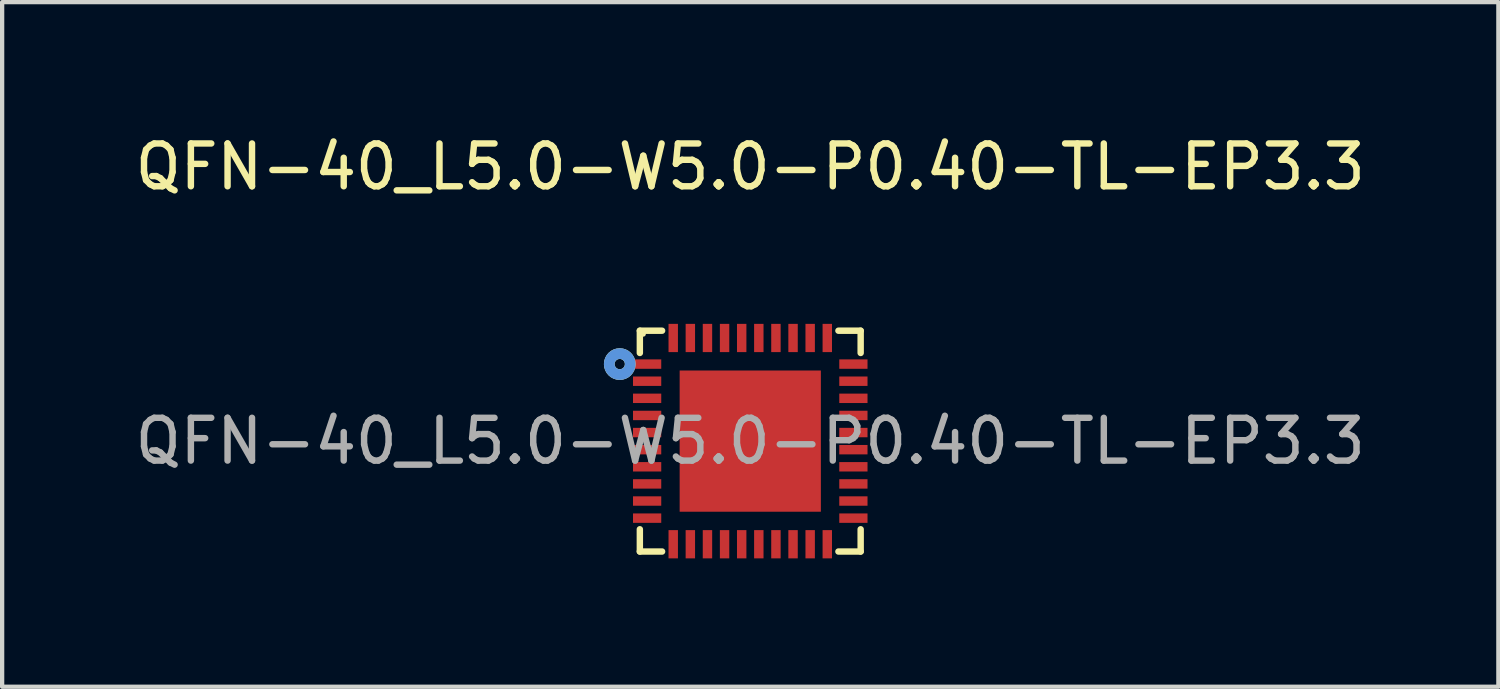
<source format=kicad_pcb>
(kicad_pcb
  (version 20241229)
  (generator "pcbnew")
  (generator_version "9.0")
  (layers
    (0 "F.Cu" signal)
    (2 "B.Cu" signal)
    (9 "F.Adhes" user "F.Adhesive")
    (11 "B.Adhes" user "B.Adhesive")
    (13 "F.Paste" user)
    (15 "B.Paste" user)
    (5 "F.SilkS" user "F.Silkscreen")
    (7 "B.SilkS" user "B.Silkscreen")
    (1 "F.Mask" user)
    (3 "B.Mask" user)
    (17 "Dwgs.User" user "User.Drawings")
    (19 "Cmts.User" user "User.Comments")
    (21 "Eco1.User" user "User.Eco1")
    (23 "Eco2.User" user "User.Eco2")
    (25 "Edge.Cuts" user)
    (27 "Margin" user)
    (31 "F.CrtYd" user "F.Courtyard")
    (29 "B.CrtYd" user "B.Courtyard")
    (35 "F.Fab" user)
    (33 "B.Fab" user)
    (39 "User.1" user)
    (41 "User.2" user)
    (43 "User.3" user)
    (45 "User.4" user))
  (footprint "QFN-40_L5.0-W5.0-P0.40-TL-EP3.3"
    (layer "F.Cu")
    (at 14.482 7.258)
    (property "Reference" "QFN-40_L5.0-W5.0-P0.40-TL-EP3.3" (at 0 -6.41 0) (layer "F.SilkS") (effects (font (size 1 1) (thickness 0.15))))
    (attr smd)
    (fp_line (start -2.58 -2.58) (end -2.06 -2.58) (stroke (width 0.15) (type solid)) (layer "F.SilkS"))
    (fp_line (start -2.58 -2.06) (end -2.58 -2.58) (stroke (width 0.15) (type solid)) (layer "F.SilkS"))
    (fp_line (start -2.58 2.06) (end -2.58 2.58) (stroke (width 0.15) (type solid)) (layer "F.SilkS"))
    (fp_line (start -2.58 2.58) (end -2.06 2.58) (stroke (width 0.15) (type solid)) (layer "F.SilkS"))
    (fp_line (start 2.58 -2.58) (end 2.06 -2.58) (stroke (width 0.15) (type solid)) (layer "F.SilkS"))
    (fp_line (start 2.58 -2.06) (end 2.58 -2.58) (stroke (width 0.15) (type solid)) (layer "F.SilkS"))
    (fp_line (start 2.58 2.06) (end 2.58 2.58) (stroke (width 0.15) (type solid)) (layer "F.SilkS"))
    (fp_line (start 2.58 2.58) (end 2.06 2.58) (stroke (width 0.15) (type solid)) (layer "F.SilkS"))
    (fp_circle (center -3.05 -1.8) (end -2.93 -1.8) (stroke (width 0.25) (type solid)) (fill no) (layer "F.SilkS"))
    (fp_circle (center -2.5 -2.5) (end -2.47 -2.5) (stroke (width 0.06) (type solid)) (fill no) (layer "F.SilkS"))
    (fp_circle (center -3.05 -1.8) (end -2.93 -1.8) (stroke (width 0.25) (type solid)) (fill no) (layer "Cmts.User"))
    (fp_text user "${REFERENCE}" (at 0 0 0) (layer "F.Fab") (effects (font (size 1 1) (thickness 0.15))))
    (pad "1" smd rect (at -2.41 -1.8) (size 0.66 0.22) (layers "F.Cu" "F.Mask" "F.Paste"))
    (pad "2" smd rect (at -2.41 -1.4) (size 0.66 0.22) (layers "F.Cu" "F.Mask" "F.Paste"))
    (pad "3" smd rect (at -2.41 -1) (size 0.66 0.22) (layers "F.Cu" "F.Mask" "F.Paste"))
    (pad "4" smd rect (at -2.41 -0.6) (size 0.66 0.22) (layers "F.Cu" "F.Mask" "F.Paste"))
    (pad "5" smd rect (at -2.41 -0.2) (size 0.66 0.22) (layers "F.Cu" "F.Mask" "F.Paste"))
    (pad "6" smd rect (at -2.41 0.2) (size 0.66 0.22) (layers "F.Cu" "F.Mask" "F.Paste"))
    (pad "7" smd rect (at -2.41 0.6) (size 0.66 0.22) (layers "F.Cu" "F.Mask" "F.Paste"))
    (pad "8" smd rect (at -2.41 1) (size 0.66 0.22) (layers "F.Cu" "F.Mask" "F.Paste"))
    (pad "9" smd rect (at -2.41 1.4) (size 0.66 0.22) (layers "F.Cu" "F.Mask" "F.Paste"))
    (pad "10" smd rect (at -2.41 1.8) (size 0.66 0.22) (layers "F.Cu" "F.Mask" "F.Paste"))
    (pad "11" smd rect (at -1.8 2.41) (size 0.22 0.66) (layers "F.Cu" "F.Mask" "F.Paste"))
    (pad "12" smd rect (at -1.4 2.41) (size 0.22 0.66) (layers "F.Cu" "F.Mask" "F.Paste"))
    (pad "13" smd rect (at -1 2.41) (size 0.22 0.66) (layers "F.Cu" "F.Mask" "F.Paste"))
    (pad "14" smd rect (at -0.6 2.41) (size 0.22 0.66) (layers "F.Cu" "F.Mask" "F.Paste"))
    (pad "15" smd rect (at -0.2 2.41) (size 0.22 0.66) (layers "F.Cu" "F.Mask" "F.Paste"))
    (pad "16" smd rect (at 0.2 2.41) (size 0.22 0.66) (layers "F.Cu" "F.Mask" "F.Paste"))
    (pad "17" smd rect (at 0.6 2.41) (size 0.22 0.66) (layers "F.Cu" "F.Mask" "F.Paste"))
    (pad "18" smd rect (at 1 2.41) (size 0.22 0.66) (layers "F.Cu" "F.Mask" "F.Paste"))
    (pad "19" smd rect (at 1.4 2.41) (size 0.22 0.66) (layers "F.Cu" "F.Mask" "F.Paste"))
    (pad "20" smd rect (at 1.8 2.41) (size 0.22 0.66) (layers "F.Cu" "F.Mask" "F.Paste"))
    (pad "21" smd rect (at 2.41 1.8) (size 0.66 0.22) (layers "F.Cu" "F.Mask" "F.Paste"))
    (pad "22" smd rect (at 2.41 1.4) (size 0.66 0.22) (layers "F.Cu" "F.Mask" "F.Paste"))
    (pad "23" smd rect (at 2.41 1) (size 0.66 0.22) (layers "F.Cu" "F.Mask" "F.Paste"))
    (pad "24" smd rect (at 2.41 0.6) (size 0.66 0.22) (layers "F.Cu" "F.Mask" "F.Paste"))
    (pad "25" smd rect (at 2.41 0.2) (size 0.66 0.22) (layers "F.Cu" "F.Mask" "F.Paste"))
    (pad "26" smd rect (at 2.41 -0.2) (size 0.66 0.22) (layers "F.Cu" "F.Mask" "F.Paste"))
    (pad "27" smd rect (at 2.41 -0.6) (size 0.66 0.22) (layers "F.Cu" "F.Mask" "F.Paste"))
    (pad "28" smd rect (at 2.41 -1) (size 0.66 0.22) (layers "F.Cu" "F.Mask" "F.Paste"))
    (pad "29" smd rect (at 2.41 -1.4) (size 0.66 0.22) (layers "F.Cu" "F.Mask" "F.Paste"))
    (pad "30" smd rect (at 2.41 -1.8) (size 0.66 0.22) (layers "F.Cu" "F.Mask" "F.Paste"))
    (pad "31" smd rect (at 1.8 -2.41) (size 0.22 0.66) (layers "F.Cu" "F.Mask" "F.Paste"))
    (pad "32" smd rect (at 1.4 -2.41) (size 0.22 0.66) (layers "F.Cu" "F.Mask" "F.Paste"))
    (pad "33" smd rect (at 1 -2.41) (size 0.22 0.66) (layers "F.Cu" "F.Mask" "F.Paste"))
    (pad "34" smd rect (at 0.6 -2.41) (size 0.22 0.66) (layers "F.Cu" "F.Mask" "F.Paste"))
    (pad "35" smd rect (at 0.2 -2.41) (size 0.22 0.66) (layers "F.Cu" "F.Mask" "F.Paste"))
    (pad "36" smd rect (at -0.2 -2.41) (size 0.22 0.66) (layers "F.Cu" "F.Mask" "F.Paste"))
    (pad "37" smd rect (at -0.6 -2.41) (size 0.22 0.66) (layers "F.Cu" "F.Mask" "F.Paste"))
    (pad "38" smd rect (at -1 -2.41) (size 0.22 0.66) (layers "F.Cu" "F.Mask" "F.Paste"))
    (pad "39" smd rect (at -1.4 -2.41) (size 0.22 0.66) (layers "F.Cu" "F.Mask" "F.Paste"))
    (pad "40" smd rect (at -1.8 -2.41) (size 0.22 0.66) (layers "F.Cu" "F.Mask" "F.Paste"))
    (pad "41" smd rect (at 0 0) (size 3.3 3.3) (layers "F.Cu" "F.Mask" "F.Paste")))
  (gr_rect
    (start -3 -3)
    (end 31.964 12.998)
    (stroke (width 0.1) (type default))
    (fill no)
    (layer "Edge.Cuts")))
</source>
